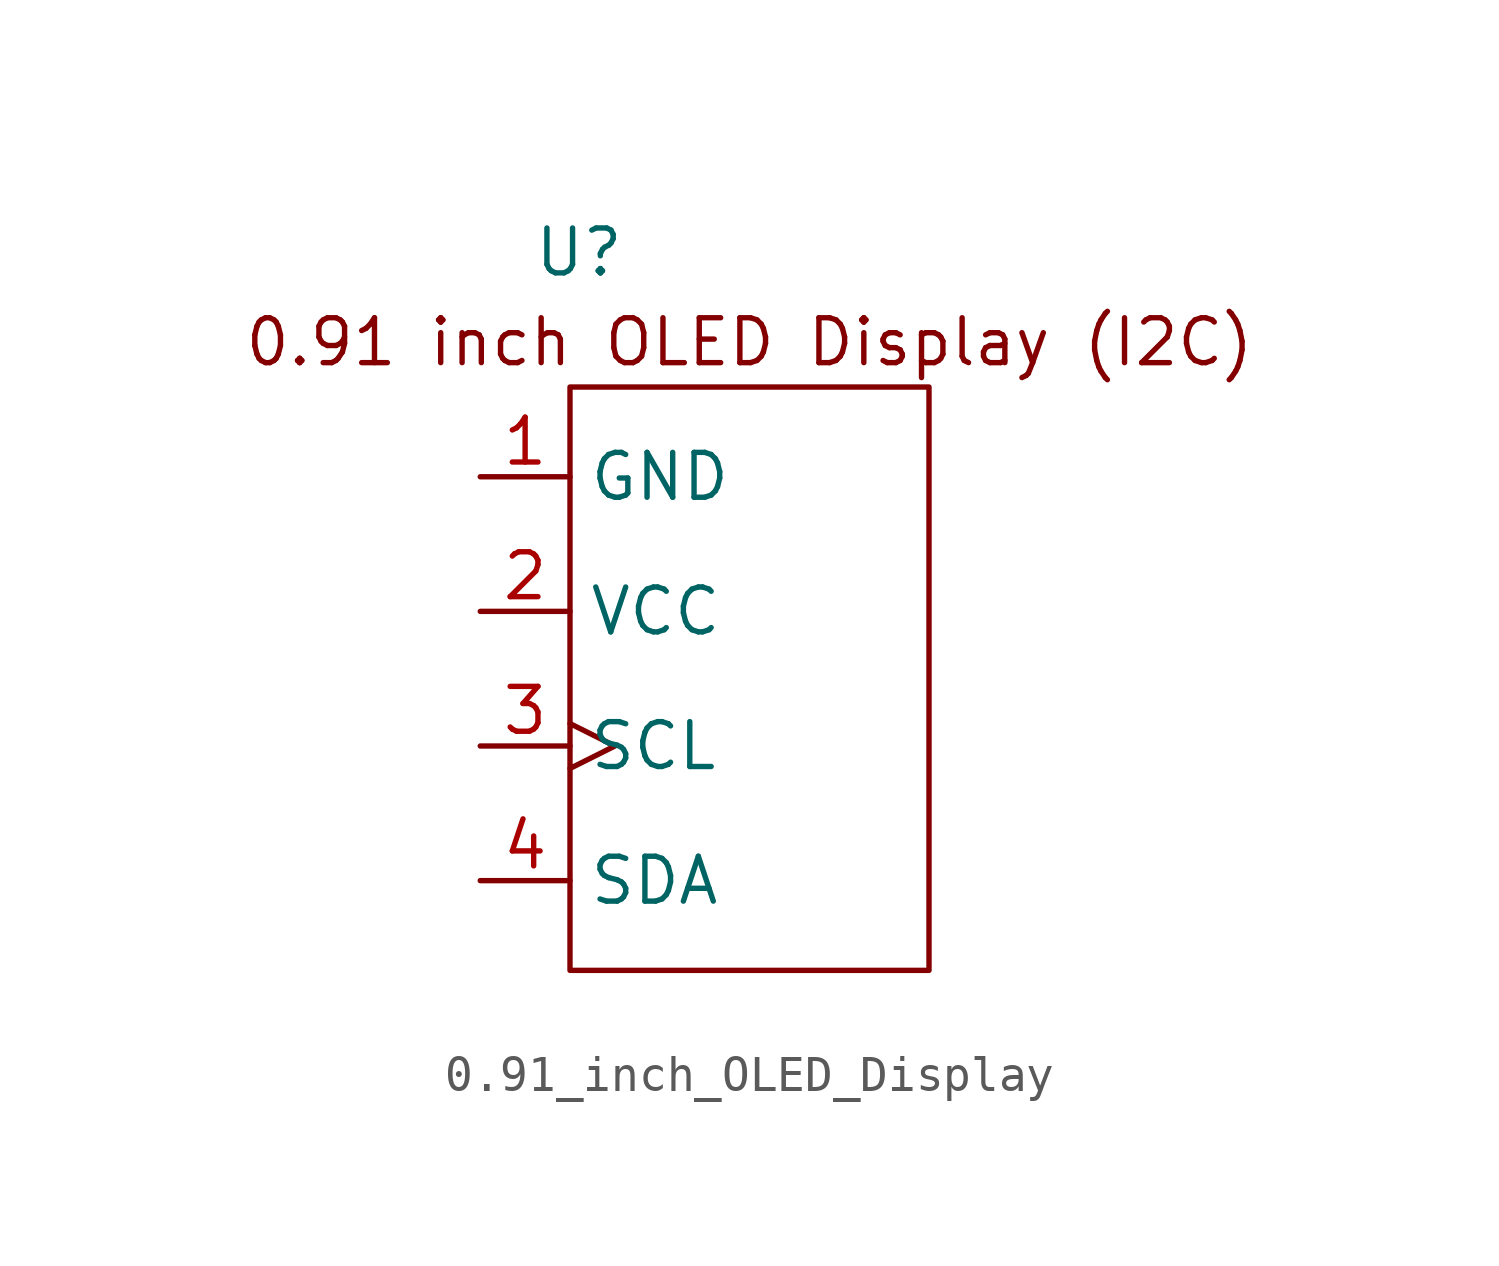
<source format=kicad_sym>
(kicad_symbol_lib
  (version 20241209)
  (generator "kicad_symbol_editor")
  (generator_version "9.0")
  (symbol "0.91_inch_OLED_Display"
    (property "Reference" "U"
      (at -4.826 11.43 0)
      (effects (font (size 1.27 1.27))))
    (property "Value" ""
      (at 0 0 0)
      (effects (font (size 1.27 1.27))))
    (symbol "0.91_inch_OLED_Display_0_1"
      (rectangle (start -5.08 7.62) (end 5.08 -8.89) (stroke (width 0) (type default)) (fill (type none))))
    (symbol "0.91_inch_OLED_Display_1_1"
      (text "0.91 inch OLED Display (I2C)" (at 0 8.89 0) (effects (font (size 1.27 1.27))))
      (pin passive line (at -7.62 5.08 0) (length 2.54) (name "GND" (effects (font (size 1.27 1.27)))) (number "1" (effects (font (size 1.27 1.27)))))
      (pin passive line (at -7.62 1.27 0) (length 2.54) (name "VCC" (effects (font (size 1.27 1.27)))) (number "2" (effects (font (size 1.27 1.27)))))
      (pin input clock (at -7.62 -2.54 0) (length 2.54) (name "SCL" (effects (font (size 1.27 1.27)))) (number "3" (effects (font (size 1.27 1.27)))))
      (pin input line (at -7.62 -6.35 0) (length 2.54) (name "SDA" (effects (font (size 1.27 1.27)))) (number "4" (effects (font (size 1.27 1.27))))))))
</source>
